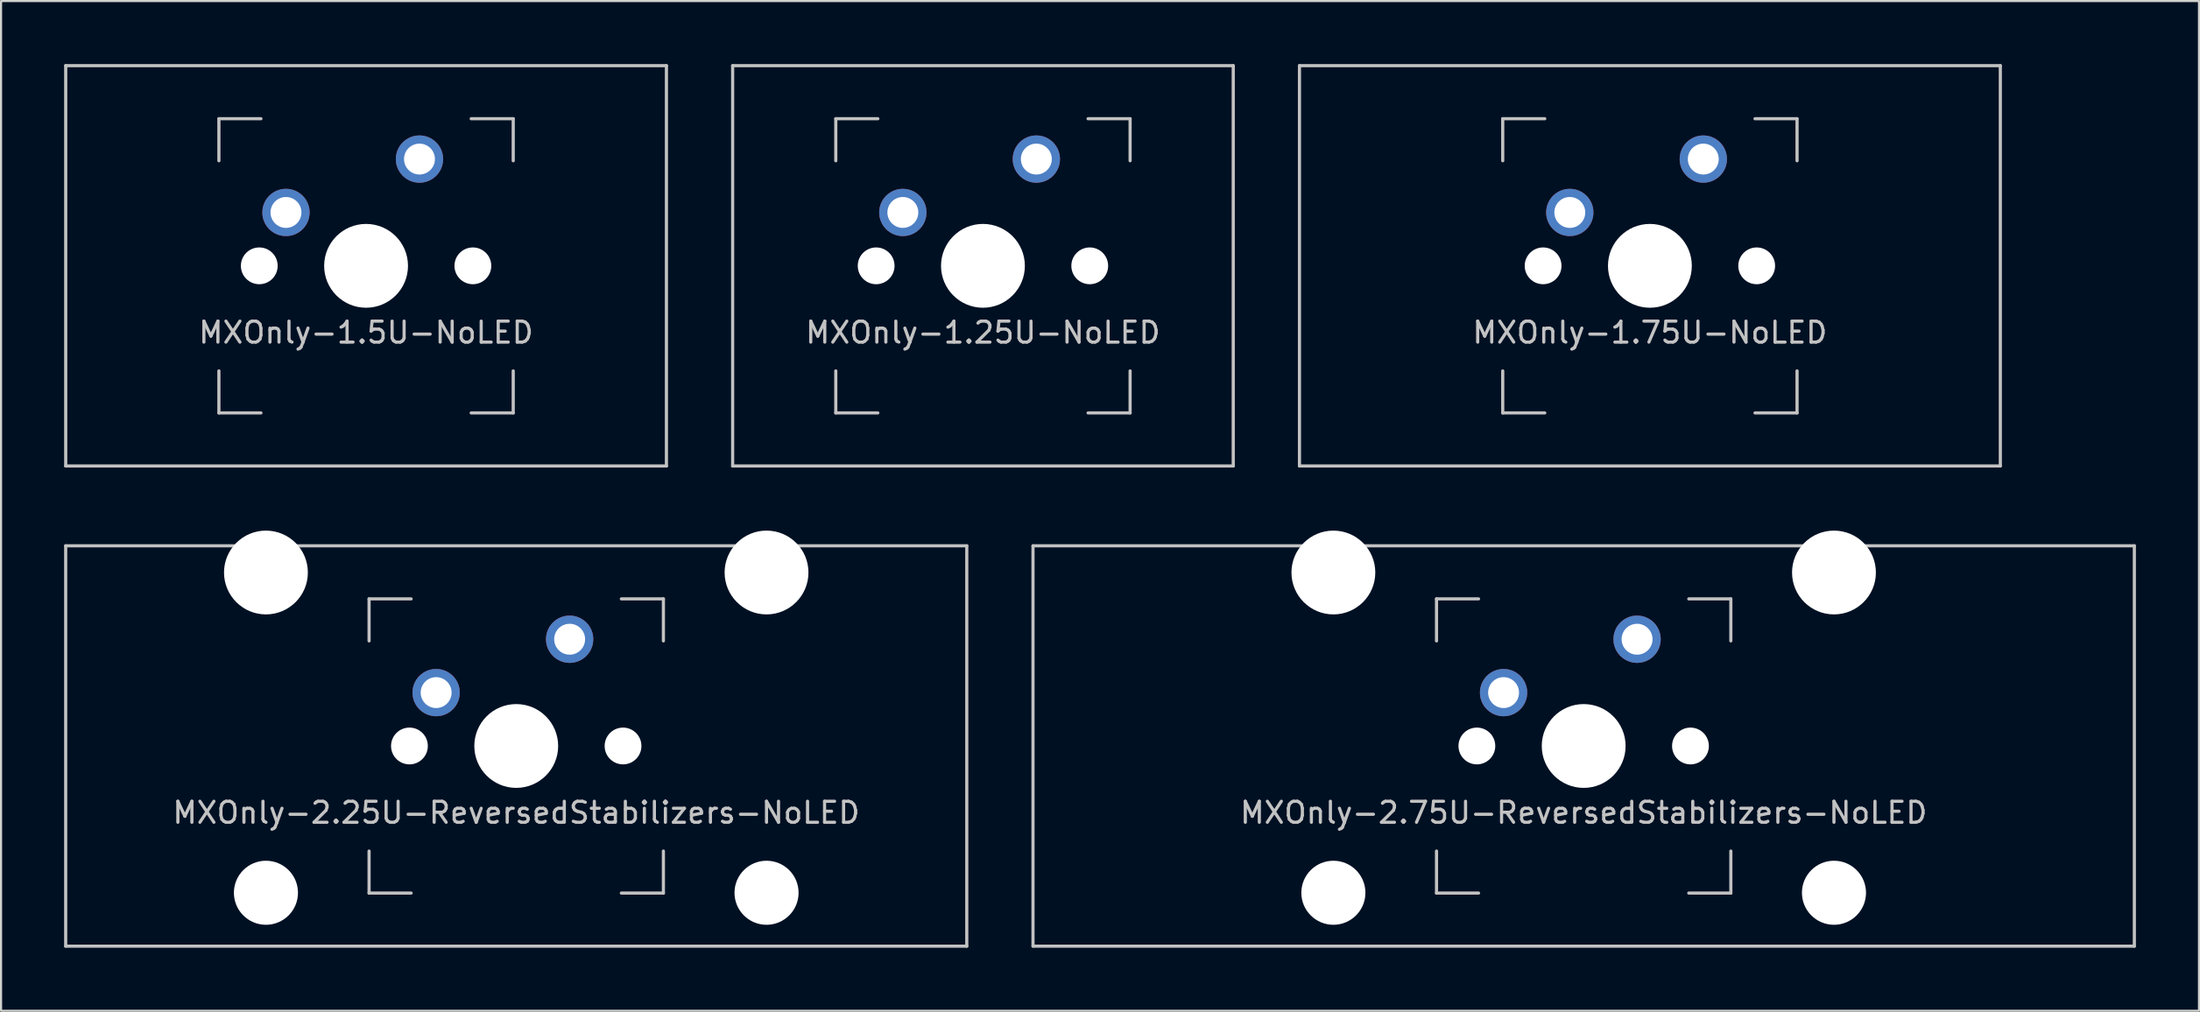
<source format=kicad_pcb>
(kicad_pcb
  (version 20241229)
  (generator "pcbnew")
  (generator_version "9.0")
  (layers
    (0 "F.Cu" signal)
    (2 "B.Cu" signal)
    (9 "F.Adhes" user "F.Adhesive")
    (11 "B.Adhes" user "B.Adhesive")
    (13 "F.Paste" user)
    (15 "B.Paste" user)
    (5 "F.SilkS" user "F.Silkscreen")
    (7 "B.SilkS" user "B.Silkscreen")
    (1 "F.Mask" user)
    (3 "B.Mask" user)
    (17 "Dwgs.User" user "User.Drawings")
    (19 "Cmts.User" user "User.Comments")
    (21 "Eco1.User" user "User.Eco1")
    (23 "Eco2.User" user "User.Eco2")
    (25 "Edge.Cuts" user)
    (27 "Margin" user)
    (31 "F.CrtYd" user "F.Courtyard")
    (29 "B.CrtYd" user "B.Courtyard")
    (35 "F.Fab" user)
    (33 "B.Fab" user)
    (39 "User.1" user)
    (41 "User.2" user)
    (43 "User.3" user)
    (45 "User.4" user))
  (footprint "MXOnly-2.25U-ReversedStabilizers-NoLED"
    (layer "F.Cu")
    (at 21.506 32.449)
    (property "Reference" "MXOnly-2.25U-ReversedStabilizers-NoLED" (at 0 3.175 0) (layer "Dwgs.User") (effects (font (size 1 1) (thickness 0.15))))
    (attr through_hole)
    (fp_line (start -21.431 -9.525) (end 21.431 -9.525) (stroke (width 0.15) (type solid)) (layer "Dwgs.User"))
    (fp_line (start -21.431 9.525) (end -21.431 -9.525) (stroke (width 0.15) (type solid)) (layer "Dwgs.User"))
    (fp_line (start -21.431 9.525) (end 21.431 9.525) (stroke (width 0.15) (type solid)) (layer "Dwgs.User"))
    (fp_line (start -7 -7) (end -7 -5) (stroke (width 0.15) (type solid)) (layer "Dwgs.User"))
    (fp_line (start -7 5) (end -7 7) (stroke (width 0.15) (type solid)) (layer "Dwgs.User"))
    (fp_line (start -7 7) (end -5 7) (stroke (width 0.15) (type solid)) (layer "Dwgs.User"))
    (fp_line (start -5 -7) (end -7 -7) (stroke (width 0.15) (type solid)) (layer "Dwgs.User"))
    (fp_line (start 5 -7) (end 7 -7) (stroke (width 0.15) (type solid)) (layer "Dwgs.User"))
    (fp_line (start 5 7) (end 7 7) (stroke (width 0.15) (type solid)) (layer "Dwgs.User"))
    (fp_line (start 7 -7) (end 7 -5) (stroke (width 0.15) (type solid)) (layer "Dwgs.User"))
    (fp_line (start 7 7) (end 7 5) (stroke (width 0.15) (type solid)) (layer "Dwgs.User"))
    (fp_line (start 21.431 -9.525) (end 21.431 9.525) (stroke (width 0.15) (type solid)) (layer "Dwgs.User"))
    (pad "" np_thru_hole circle (at -11.906 -8.255) (size 3.988 3.988) (drill 3.988) (layers "*.Cu" "*.Mask"))
    (pad "" np_thru_hole circle (at -11.906 6.985) (size 3.048 3.048) (drill 3.048) (layers "*.Cu" "*.Mask"))
    (pad "" np_thru_hole circle (at -5.08 0 48.1) (size 1.75 1.75) (drill 1.75) (layers "*.Cu" "*.Mask"))
    (pad "" np_thru_hole circle (at 0 0) (size 3.988 3.988) (drill 3.988) (layers "*.Cu" "*.Mask"))
    (pad "" np_thru_hole circle (at 5.08 0 48.1) (size 1.75 1.75) (drill 1.75) (layers "*.Cu" "*.Mask"))
    (pad "" np_thru_hole circle (at 11.906 -8.255) (size 3.988 3.988) (drill 3.988) (layers "*.Cu" "*.Mask"))
    (pad "" np_thru_hole circle (at 11.906 6.985) (size 3.048 3.048) (drill 3.048) (layers "*.Cu" "*.Mask"))
    (pad "1" thru_hole circle (at -3.81 -2.54) (size 2.25 2.25) (drill 1.47) (layers "*.Cu" "B.Mask"))
    (pad "2" thru_hole circle (at 2.54 -5.08) (size 2.25 2.25) (drill 1.47) (layers "*.Cu" "B.Mask")))
  (footprint "MXOnly-2.75U-ReversedStabilizers-NoLED"
    (layer "F.Cu")
    (at 72.281 32.449)
    (property "Reference" "MXOnly-2.75U-ReversedStabilizers-NoLED" (at 0 3.175 0) (layer "Dwgs.User") (effects (font (size 1 1) (thickness 0.15))))
    (attr through_hole)
    (fp_line (start -26.194 -9.525) (end 26.194 -9.525) (stroke (width 0.15) (type solid)) (layer "Dwgs.User"))
    (fp_line (start -26.194 9.525) (end -26.194 -9.525) (stroke (width 0.15) (type solid)) (layer "Dwgs.User"))
    (fp_line (start -26.194 9.525) (end 26.194 9.525) (stroke (width 0.15) (type solid)) (layer "Dwgs.User"))
    (fp_line (start -7 -7) (end -7 -5) (stroke (width 0.15) (type solid)) (layer "Dwgs.User"))
    (fp_line (start -7 5) (end -7 7) (stroke (width 0.15) (type solid)) (layer "Dwgs.User"))
    (fp_line (start -7 7) (end -5 7) (stroke (width 0.15) (type solid)) (layer "Dwgs.User"))
    (fp_line (start -5 -7) (end -7 -7) (stroke (width 0.15) (type solid)) (layer "Dwgs.User"))
    (fp_line (start 5 -7) (end 7 -7) (stroke (width 0.15) (type solid)) (layer "Dwgs.User"))
    (fp_line (start 5 7) (end 7 7) (stroke (width 0.15) (type solid)) (layer "Dwgs.User"))
    (fp_line (start 7 -7) (end 7 -5) (stroke (width 0.15) (type solid)) (layer "Dwgs.User"))
    (fp_line (start 7 7) (end 7 5) (stroke (width 0.15) (type solid)) (layer "Dwgs.User"))
    (fp_line (start 26.194 -9.525) (end 26.194 9.525) (stroke (width 0.15) (type solid)) (layer "Dwgs.User"))
    (pad "" np_thru_hole circle (at -11.906 -8.255) (size 3.988 3.988) (drill 3.988) (layers "*.Cu" "*.Mask"))
    (pad "" np_thru_hole circle (at -11.906 6.985) (size 3.048 3.048) (drill 3.048) (layers "*.Cu" "*.Mask"))
    (pad "" np_thru_hole circle (at -5.08 0 48.1) (size 1.75 1.75) (drill 1.75) (layers "*.Cu" "*.Mask"))
    (pad "" np_thru_hole circle (at 0 0) (size 3.988 3.988) (drill 3.988) (layers "*.Cu" "*.Mask"))
    (pad "" np_thru_hole circle (at 5.08 0 48.1) (size 1.75 1.75) (drill 1.75) (layers "*.Cu" "*.Mask"))
    (pad "" np_thru_hole circle (at 11.906 -8.255) (size 3.988 3.988) (drill 3.988) (layers "*.Cu" "*.Mask"))
    (pad "" np_thru_hole circle (at 11.906 6.985) (size 3.048 3.048) (drill 3.048) (layers "*.Cu" "*.Mask"))
    (pad "1" thru_hole circle (at -3.81 -2.54) (size 2.25 2.25) (drill 1.47) (layers "*.Cu" "B.Mask"))
    (pad "2" thru_hole circle (at 2.54 -5.08) (size 2.25 2.25) (drill 1.47) (layers "*.Cu" "B.Mask")))
  (footprint "MXOnly-1.25U-NoLED"
    (layer "F.Cu")
    (at 43.706 9.6)
    (property "Reference" "MXOnly-1.25U-NoLED" (at 0 3.175 0) (layer "Dwgs.User") (effects (font (size 1 1) (thickness 0.15))))
    (attr through_hole)
    (fp_line (start -11.906 -9.525) (end 11.906 -9.525) (stroke (width 0.15) (type solid)) (layer "Dwgs.User"))
    (fp_line (start -11.906 9.525) (end -11.906 -9.525) (stroke (width 0.15) (type solid)) (layer "Dwgs.User"))
    (fp_line (start -11.906 9.525) (end 11.906 9.525) (stroke (width 0.15) (type solid)) (layer "Dwgs.User"))
    (fp_line (start -7 -7) (end -7 -5) (stroke (width 0.15) (type solid)) (layer "Dwgs.User"))
    (fp_line (start -7 5) (end -7 7) (stroke (width 0.15) (type solid)) (layer "Dwgs.User"))
    (fp_line (start -7 7) (end -5 7) (stroke (width 0.15) (type solid)) (layer "Dwgs.User"))
    (fp_line (start -5 -7) (end -7 -7) (stroke (width 0.15) (type solid)) (layer "Dwgs.User"))
    (fp_line (start 5 -7) (end 7 -7) (stroke (width 0.15) (type solid)) (layer "Dwgs.User"))
    (fp_line (start 5 7) (end 7 7) (stroke (width 0.15) (type solid)) (layer "Dwgs.User"))
    (fp_line (start 7 -7) (end 7 -5) (stroke (width 0.15) (type solid)) (layer "Dwgs.User"))
    (fp_line (start 7 7) (end 7 5) (stroke (width 0.15) (type solid)) (layer "Dwgs.User"))
    (fp_line (start 11.906 -9.525) (end 11.906 9.525) (stroke (width 0.15) (type solid)) (layer "Dwgs.User"))
    (pad "" np_thru_hole circle (at -5.08 0 48.1) (size 1.75 1.75) (drill 1.75) (layers "*.Cu" "*.Mask"))
    (pad "" np_thru_hole circle (at 0 0) (size 3.988 3.988) (drill 3.988) (layers "*.Cu" "*.Mask"))
    (pad "" np_thru_hole circle (at 5.08 0 48.1) (size 1.75 1.75) (drill 1.75) (layers "*.Cu" "*.Mask"))
    (pad "1" thru_hole circle (at -3.81 -2.54) (size 2.25 2.25) (drill 1.47) (layers "*.Cu" "B.Mask"))
    (pad "2" thru_hole circle (at 2.54 -5.08) (size 2.25 2.25) (drill 1.47) (layers "*.Cu" "B.Mask")))
  (footprint "MXOnly-1.75U-NoLED"
    (layer "F.Cu")
    (at 75.431 9.6)
    (property "Reference" "MXOnly-1.75U-NoLED" (at 0 3.175 0) (layer "Dwgs.User") (effects (font (size 1 1) (thickness 0.15))))
    (attr through_hole)
    (fp_line (start -16.669 -9.525) (end 16.669 -9.525) (stroke (width 0.15) (type solid)) (layer "Dwgs.User"))
    (fp_line (start -16.669 9.525) (end -16.669 -9.525) (stroke (width 0.15) (type solid)) (layer "Dwgs.User"))
    (fp_line (start -16.669 9.525) (end 16.669 9.525) (stroke (width 0.15) (type solid)) (layer "Dwgs.User"))
    (fp_line (start -7 -7) (end -7 -5) (stroke (width 0.15) (type solid)) (layer "Dwgs.User"))
    (fp_line (start -7 5) (end -7 7) (stroke (width 0.15) (type solid)) (layer "Dwgs.User"))
    (fp_line (start -7 7) (end -5 7) (stroke (width 0.15) (type solid)) (layer "Dwgs.User"))
    (fp_line (start -5 -7) (end -7 -7) (stroke (width 0.15) (type solid)) (layer "Dwgs.User"))
    (fp_line (start 5 -7) (end 7 -7) (stroke (width 0.15) (type solid)) (layer "Dwgs.User"))
    (fp_line (start 5 7) (end 7 7) (stroke (width 0.15) (type solid)) (layer "Dwgs.User"))
    (fp_line (start 7 -7) (end 7 -5) (stroke (width 0.15) (type solid)) (layer "Dwgs.User"))
    (fp_line (start 7 7) (end 7 5) (stroke (width 0.15) (type solid)) (layer "Dwgs.User"))
    (fp_line (start 16.669 -9.525) (end 16.669 9.525) (stroke (width 0.15) (type solid)) (layer "Dwgs.User"))
    (pad "" np_thru_hole circle (at -5.08 0 48.1) (size 1.75 1.75) (drill 1.75) (layers "*.Cu" "*.Mask"))
    (pad "" np_thru_hole circle (at 0 0) (size 3.988 3.988) (drill 3.988) (layers "*.Cu" "*.Mask"))
    (pad "" np_thru_hole circle (at 5.08 0 48.1) (size 1.75 1.75) (drill 1.75) (layers "*.Cu" "*.Mask"))
    (pad "1" thru_hole circle (at -3.81 -2.54) (size 2.25 2.25) (drill 1.47) (layers "*.Cu" "B.Mask"))
    (pad "2" thru_hole circle (at 2.54 -5.08) (size 2.25 2.25) (drill 1.47) (layers "*.Cu" "B.Mask")))
  (footprint "MXOnly-1.5U-NoLED"
    (layer "F.Cu")
    (at 14.363 9.6)
    (property "Reference" "MXOnly-1.5U-NoLED" (at 0 3.175 0) (layer "Dwgs.User") (effects (font (size 1 1) (thickness 0.15))))
    (attr through_hole)
    (fp_line (start -14.287 -9.525) (end 14.287 -9.525) (stroke (width 0.15) (type solid)) (layer "Dwgs.User"))
    (fp_line (start -14.287 9.525) (end -14.287 -9.525) (stroke (width 0.15) (type solid)) (layer "Dwgs.User"))
    (fp_line (start -14.287 9.525) (end 14.287 9.525) (stroke (width 0.15) (type solid)) (layer "Dwgs.User"))
    (fp_line (start -7 -7) (end -7 -5) (stroke (width 0.15) (type solid)) (layer "Dwgs.User"))
    (fp_line (start -7 5) (end -7 7) (stroke (width 0.15) (type solid)) (layer "Dwgs.User"))
    (fp_line (start -7 7) (end -5 7) (stroke (width 0.15) (type solid)) (layer "Dwgs.User"))
    (fp_line (start -5 -7) (end -7 -7) (stroke (width 0.15) (type solid)) (layer "Dwgs.User"))
    (fp_line (start 5 -7) (end 7 -7) (stroke (width 0.15) (type solid)) (layer "Dwgs.User"))
    (fp_line (start 5 7) (end 7 7) (stroke (width 0.15) (type solid)) (layer "Dwgs.User"))
    (fp_line (start 7 -7) (end 7 -5) (stroke (width 0.15) (type solid)) (layer "Dwgs.User"))
    (fp_line (start 7 7) (end 7 5) (stroke (width 0.15) (type solid)) (layer "Dwgs.User"))
    (fp_line (start 14.287 -9.525) (end 14.287 9.525) (stroke (width 0.15) (type solid)) (layer "Dwgs.User"))
    (pad "" np_thru_hole circle (at -5.08 0 48.1) (size 1.75 1.75) (drill 1.75) (layers "*.Cu" "*.Mask"))
    (pad "" np_thru_hole circle (at 0 0) (size 3.988 3.988) (drill 3.988) (layers "*.Cu" "*.Mask"))
    (pad "" np_thru_hole circle (at 5.08 0 48.1) (size 1.75 1.75) (drill 1.75) (layers "*.Cu" "*.Mask"))
    (pad "1" thru_hole circle (at -3.81 -2.54) (size 2.25 2.25) (drill 1.47) (layers "*.Cu" "B.Mask"))
    (pad "2" thru_hole circle (at 2.54 -5.08) (size 2.25 2.25) (drill 1.47) (layers "*.Cu" "B.Mask")))
  (gr_rect
    (start -3 -3)
    (end 101.55 45.049)
    (stroke (width 0.1) (type default))
    (fill no)
    (layer "Edge.Cuts")))
</source>
